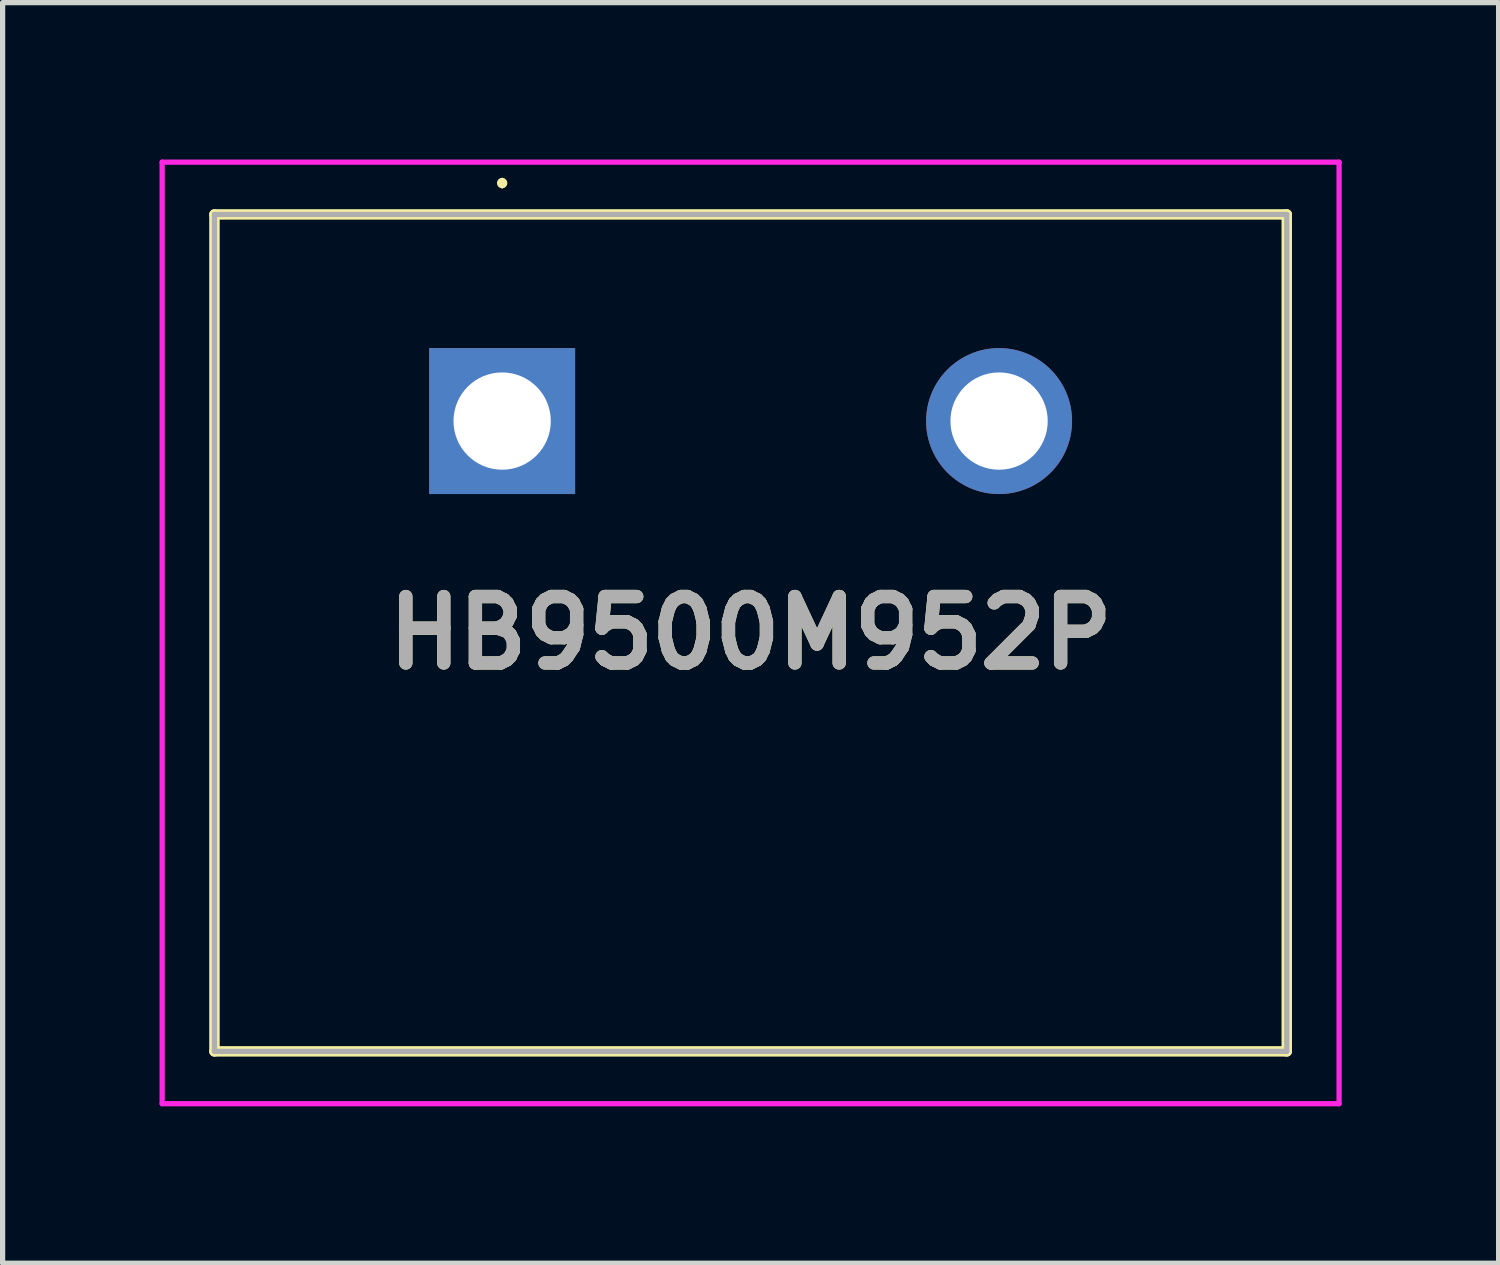
<source format=kicad_pcb>
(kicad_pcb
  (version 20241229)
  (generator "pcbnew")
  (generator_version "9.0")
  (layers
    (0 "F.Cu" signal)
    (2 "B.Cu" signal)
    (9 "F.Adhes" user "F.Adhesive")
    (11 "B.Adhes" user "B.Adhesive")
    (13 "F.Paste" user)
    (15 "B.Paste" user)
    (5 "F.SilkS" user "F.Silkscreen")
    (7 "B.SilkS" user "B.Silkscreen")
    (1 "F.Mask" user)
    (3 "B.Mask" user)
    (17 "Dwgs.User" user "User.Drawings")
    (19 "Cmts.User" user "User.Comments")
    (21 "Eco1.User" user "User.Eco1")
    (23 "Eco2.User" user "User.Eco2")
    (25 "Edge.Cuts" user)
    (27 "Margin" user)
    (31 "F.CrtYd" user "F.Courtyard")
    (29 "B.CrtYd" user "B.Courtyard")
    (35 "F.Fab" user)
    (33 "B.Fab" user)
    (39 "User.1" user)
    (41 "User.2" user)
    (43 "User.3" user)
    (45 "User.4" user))
  (footprint "HB9500M952P"
    (layer "F.Cu")
    (at 6.55 5)
    (property "Reference" "HB9500M952P" (at 4.75 4.05 0) (layer "F.SilkS") (effects (font (size 1.27 1.27) (thickness 0.254))))
    (attr through_hole)
    (fp_line (start -5.5 -3.95) (end -5.5 12.05) (stroke (width 0.2) (type solid)) (layer "F.SilkS"))
    (fp_line (start -5.5 12.05) (end 15 12.05) (stroke (width 0.2) (type solid)) (layer "F.SilkS"))
    (fp_line (start 0 -4.6) (end 0 -4.6) (stroke (width 0.1) (type solid)) (layer "F.SilkS"))
    (fp_line (start 0 -4.5) (end 0 -4.5) (stroke (width 0.1) (type solid)) (layer "F.SilkS"))
    (fp_line (start 15 -3.95) (end -5.5 -3.95) (stroke (width 0.2) (type solid)) (layer "F.SilkS"))
    (fp_line (start 15 12.05) (end 15 -3.95) (stroke (width 0.2) (type solid)) (layer "F.SilkS"))
    (fp_arc (start 0 -4.6) (mid 0.05 -4.55) (end 0 -4.5) (stroke (width 0.1) (type solid)) (layer "F.SilkS"))
    (fp_arc (start 0 -4.5) (mid -0.05 -4.55) (end 0 -4.6) (stroke (width 0.1) (type solid)) (layer "F.SilkS"))
    (fp_line (start -6.5 -4.95) (end 16 -4.95) (stroke (width 0.1) (type solid)) (layer "F.CrtYd"))
    (fp_line (start -6.5 13.05) (end -6.5 -4.95) (stroke (width 0.1) (type solid)) (layer "F.CrtYd"))
    (fp_line (start 16 -4.95) (end 16 13.05) (stroke (width 0.1) (type solid)) (layer "F.CrtYd"))
    (fp_line (start 16 13.05) (end -6.5 13.05) (stroke (width 0.1) (type solid)) (layer "F.CrtYd"))
    (fp_line (start -5.5 -3.95) (end -5.5 12.05) (stroke (width 0.1) (type solid)) (layer "F.Fab"))
    (fp_line (start -5.5 12.05) (end 15 12.05) (stroke (width 0.1) (type solid)) (layer "F.Fab"))
    (fp_line (start 15 -3.95) (end -5.5 -3.95) (stroke (width 0.1) (type solid)) (layer "F.Fab"))
    (fp_line (start 15 12.05) (end 15 -3.95) (stroke (width 0.1) (type solid)) (layer "F.Fab"))
    (fp_text user "${REFERENCE}" (at 4.75 4.05 0) (layer "F.Fab") (effects (font (size 1.27 1.27) (thickness 0.254))))
    (pad "1" thru_hole rect (at 0 0) (size 2.79 2.79) (drill 1.86) (layers "*.Cu" "*.Mask"))
    (pad "2" thru_hole circle (at 9.5 0) (size 2.79 2.79) (drill 1.86) (layers "*.Cu" "*.Mask")))
  (gr_rect
    (start -3 -3)
    (end 25.6 21.1)
    (stroke (width 0.1) (type default))
    (fill no)
    (layer "Edge.Cuts")))
</source>
